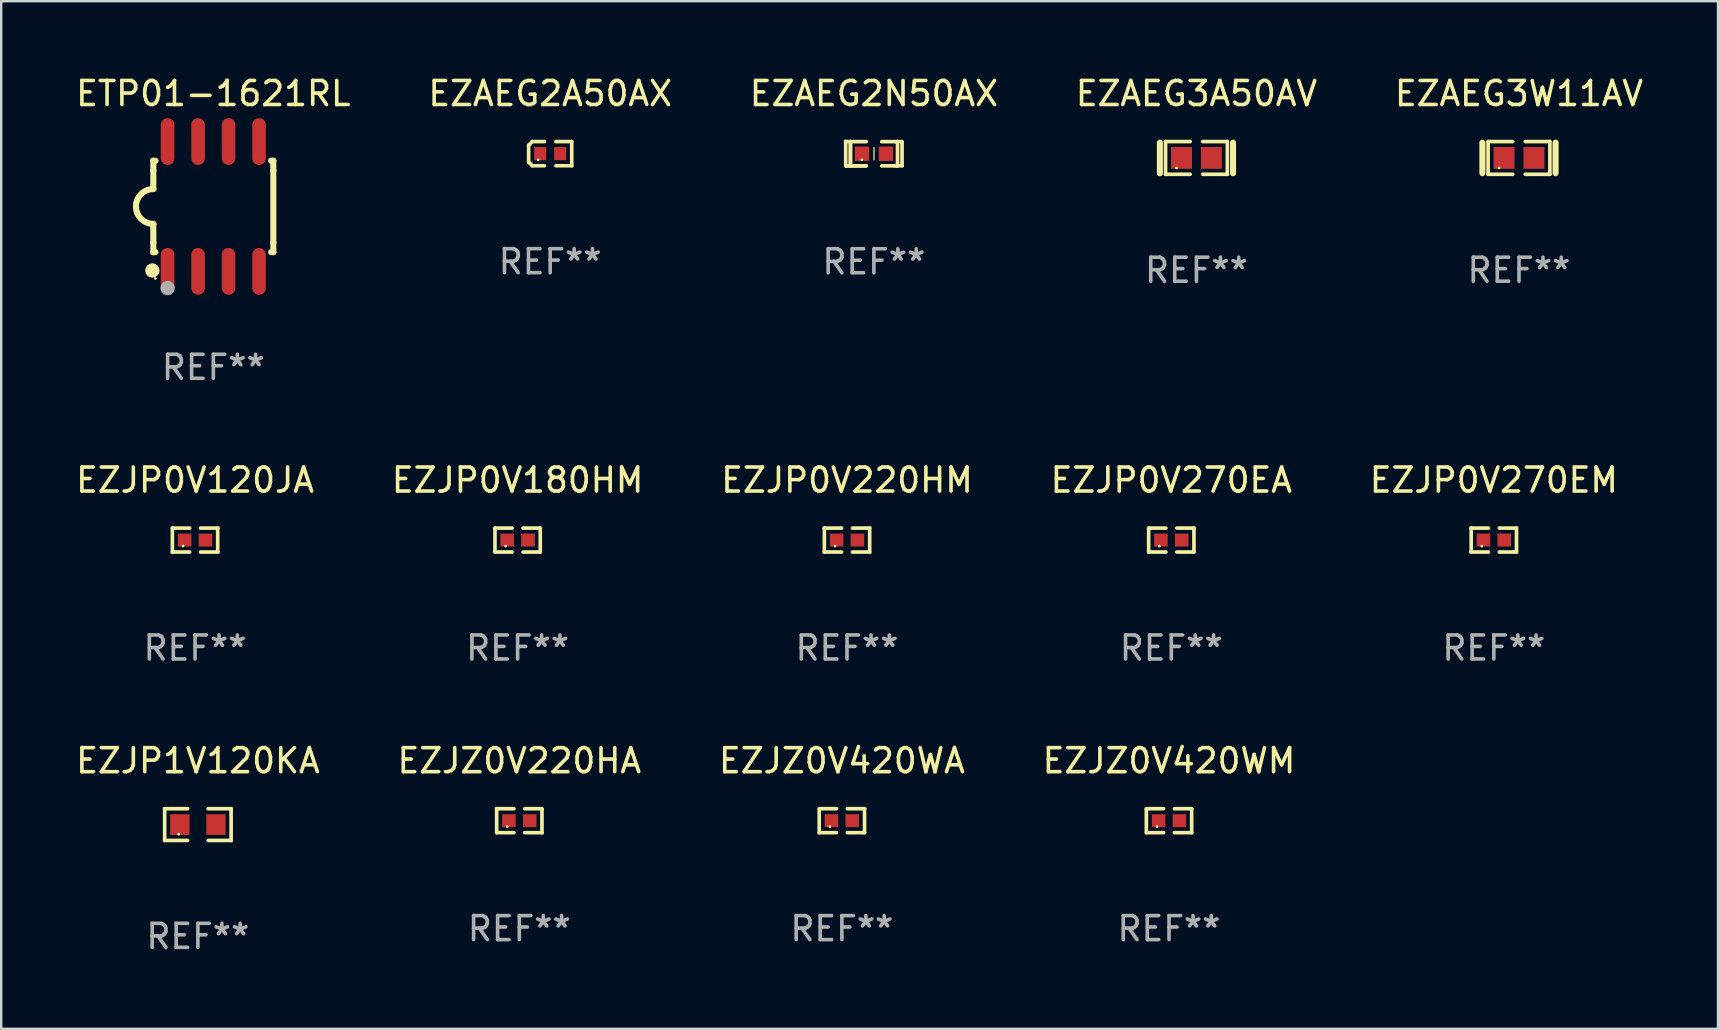
<source format=kicad_pcb>
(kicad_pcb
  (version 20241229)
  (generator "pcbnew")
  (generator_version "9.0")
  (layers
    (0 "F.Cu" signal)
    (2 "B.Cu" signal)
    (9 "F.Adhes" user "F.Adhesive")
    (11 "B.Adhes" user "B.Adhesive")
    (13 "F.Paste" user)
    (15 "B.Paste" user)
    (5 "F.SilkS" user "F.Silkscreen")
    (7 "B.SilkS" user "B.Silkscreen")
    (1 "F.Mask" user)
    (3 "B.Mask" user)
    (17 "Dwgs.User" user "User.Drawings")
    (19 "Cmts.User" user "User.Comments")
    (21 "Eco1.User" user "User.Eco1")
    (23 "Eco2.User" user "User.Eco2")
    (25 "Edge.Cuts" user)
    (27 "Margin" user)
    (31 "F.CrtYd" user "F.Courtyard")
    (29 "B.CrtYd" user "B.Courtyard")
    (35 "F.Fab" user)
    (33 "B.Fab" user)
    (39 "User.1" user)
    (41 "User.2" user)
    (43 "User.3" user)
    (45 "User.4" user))
  (footprint "EZJP1V120KA"
    (layer "F.Cu")
    (at 5.196 31.309)
    (property "Reference" "EZJP1V120KA" (at 0 -2.661 0) (layer "F.SilkS") (effects (font (size 1 1) (thickness 0.15))))
    (attr through_hole)
    (fp_line (start -1.385 -0.661) (end -0.426 -0.661) (stroke (width 0.152) (type solid)) (layer "F.SilkS"))
    (fp_line (start -1.385 0.661) (end -1.385 -0.661) (stroke (width 0.152) (type solid)) (layer "F.SilkS"))
    (fp_line (start -0.426 0.661) (end -1.385 0.661) (stroke (width 0.152) (type solid)) (layer "F.SilkS"))
    (fp_line (start 0.426 0.661) (end 1.385 0.661) (stroke (width 0.152) (type solid)) (layer "F.SilkS"))
    (fp_line (start 1.385 -0.661) (end 0.426 -0.661) (stroke (width 0.152) (type solid)) (layer "F.SilkS"))
    (fp_line (start 1.385 0.661) (end 1.385 -0.661) (stroke (width 0.152) (type solid)) (layer "F.SilkS"))
    (fp_circle (center -0.8 0.4) (end -0.77 0.4) (stroke (width 0.06) (type solid)) (fill no) (layer "F.SilkS"))
    (fp_text user "REF**" (at 0 4.661 0) (layer "F.Fab") (effects (font (size 1 1) (thickness 0.15))))
    (pad "1" smd rect (at -0.753 0) (size 0.806 0.864) (layers "F.Cu" "F.Mask" "F.Paste"))
    (pad "2" smd rect (at 0.753 0) (size 0.806 0.864) (layers "F.Cu" "F.Mask" "F.Paste")))
  (footprint "EZJZ0V420WA"
    (layer "F.Cu")
    (at 32.03 31.147)
    (property "Reference" "EZJZ0V420WA" (at 0 -2.499 0) (layer "F.SilkS") (effects (font (size 1 1) (thickness 0.15))))
    (attr through_hole)
    (fp_line (start -0.944 -0.499) (end -0.226 -0.499) (stroke (width 0.152) (type solid)) (layer "F.SilkS"))
    (fp_line (start -0.944 0.499) (end -0.944 -0.499) (stroke (width 0.152) (type solid)) (layer "F.SilkS"))
    (fp_line (start -0.226 0.499) (end -0.944 0.499) (stroke (width 0.152) (type solid)) (layer "F.SilkS"))
    (fp_line (start 0.226 0.499) (end 0.944 0.499) (stroke (width 0.152) (type solid)) (layer "F.SilkS"))
    (fp_line (start 0.944 -0.499) (end 0.226 -0.499) (stroke (width 0.152) (type solid)) (layer "F.SilkS"))
    (fp_line (start 0.944 0.499) (end 0.944 -0.499) (stroke (width 0.152) (type solid)) (layer "F.SilkS"))
    (fp_circle (center -0.5 0.25) (end -0.47 0.25) (stroke (width 0.06) (type solid)) (fill no) (layer "F.SilkS"))
    (fp_text user "REF**" (at 0 4.499 0) (layer "F.Fab") (effects (font (size 1 1) (thickness 0.15))))
    (pad "1" smd rect (at -0.433 0) (size 0.566 0.54) (layers "F.Cu" "F.Mask" "F.Paste"))
    (pad "2" smd rect (at 0.433 0) (size 0.566 0.54) (layers "F.Cu" "F.Mask" "F.Paste")))
  (footprint "EZJP0V270EA"
    (layer "F.Cu")
    (at 45.756 19.454)
    (property "Reference" "EZJP0V270EA" (at 0 -2.499 0) (layer "F.SilkS") (effects (font (size 1 1) (thickness 0.15))))
    (attr through_hole)
    (fp_line (start -0.944 -0.499) (end -0.226 -0.499) (stroke (width 0.152) (type solid)) (layer "F.SilkS"))
    (fp_line (start -0.944 0.499) (end -0.944 -0.499) (stroke (width 0.152) (type solid)) (layer "F.SilkS"))
    (fp_line (start -0.226 0.499) (end -0.944 0.499) (stroke (width 0.152) (type solid)) (layer "F.SilkS"))
    (fp_line (start 0.226 0.499) (end 0.944 0.499) (stroke (width 0.152) (type solid)) (layer "F.SilkS"))
    (fp_line (start 0.944 -0.499) (end 0.226 -0.499) (stroke (width 0.152) (type solid)) (layer "F.SilkS"))
    (fp_line (start 0.944 0.499) (end 0.944 -0.499) (stroke (width 0.152) (type solid)) (layer "F.SilkS"))
    (fp_circle (center -0.5 0.25) (end -0.47 0.25) (stroke (width 0.06) (type solid)) (fill no) (layer "F.SilkS"))
    (fp_text user "REF**" (at 0 4.499 0) (layer "F.Fab") (effects (font (size 1 1) (thickness 0.15))))
    (pad "1" smd rect (at -0.433 0) (size 0.566 0.54) (layers "F.Cu" "F.Mask" "F.Paste"))
    (pad "2" smd rect (at 0.433 0) (size 0.566 0.54) (layers "F.Cu" "F.Mask" "F.Paste")))
  (footprint "EZAEG2A50AX"
    (layer "F.Cu")
    (at 19.875 3.352)
    (property "Reference" "EZAEG2A50AX" (at 0 -2.504 0) (layer "F.SilkS") (effects (font (size 1 1) (thickness 0.15))))
    (attr through_hole)
    (fp_line (start -0.898 -0.352) (end -0.745 -0.504) (stroke (width 0.152) (type solid)) (layer "F.SilkS"))
    (fp_line (start -0.898 0.352) (end -0.898 -0.352) (stroke (width 0.152) (type solid)) (layer "F.SilkS"))
    (fp_line (start -0.745 -0.504) (end -0.24 -0.504) (stroke (width 0.152) (type solid)) (layer "F.SilkS"))
    (fp_line (start -0.745 0.504) (end -0.898 0.352) (stroke (width 0.152) (type solid)) (layer "F.SilkS"))
    (fp_line (start -0.24 0.504) (end -0.745 0.504) (stroke (width 0.152) (type solid)) (layer "F.SilkS"))
    (fp_line (start 0.24 0.504) (end 0.898 0.504) (stroke (width 0.152) (type solid)) (layer "F.SilkS"))
    (fp_line (start 0.898 -0.504) (end 0.24 -0.504) (stroke (width 0.152) (type solid)) (layer "F.SilkS"))
    (fp_line (start 0.898 0.504) (end 0.898 -0.504) (stroke (width 0.152) (type solid)) (layer "F.SilkS"))
    (fp_circle (center -0.5 0.255) (end -0.47 0.255) (stroke (width 0.06) (type solid)) (fill no) (layer "F.SilkS"))
    (fp_text user "REF**" (at 0 4.504 0) (layer "F.Fab") (effects (font (size 1 1) (thickness 0.15))))
    (pad "1" smd rect (at -0.417 -0.000051) (size 0.505 0.551) (layers "F.Cu" "F.Mask" "F.Paste"))
    (pad "2" smd rect (at 0.417 -0.000051) (size 0.505 0.551) (layers "F.Cu" "F.Mask" "F.Paste")))
  (footprint "EZJZ0V420WM"
    (layer "F.Cu")
    (at 45.661 31.147)
    (property "Reference" "EZJZ0V420WM" (at 0 -2.499 0) (layer "F.SilkS") (effects (font (size 1 1) (thickness 0.15))))
    (attr through_hole)
    (fp_line (start -0.944 -0.499) (end -0.226 -0.499) (stroke (width 0.152) (type solid)) (layer "F.SilkS"))
    (fp_line (start -0.944 0.499) (end -0.944 -0.499) (stroke (width 0.152) (type solid)) (layer "F.SilkS"))
    (fp_line (start -0.226 0.499) (end -0.944 0.499) (stroke (width 0.152) (type solid)) (layer "F.SilkS"))
    (fp_line (start 0.226 0.499) (end 0.944 0.499) (stroke (width 0.152) (type solid)) (layer "F.SilkS"))
    (fp_line (start 0.944 -0.499) (end 0.226 -0.499) (stroke (width 0.152) (type solid)) (layer "F.SilkS"))
    (fp_line (start 0.944 0.499) (end 0.944 -0.499) (stroke (width 0.152) (type solid)) (layer "F.SilkS"))
    (fp_circle (center -0.5 0.25) (end -0.47 0.25) (stroke (width 0.06) (type solid)) (fill no) (layer "F.SilkS"))
    (fp_text user "REF**" (at 0 4.499 0) (layer "F.Fab") (effects (font (size 1 1) (thickness 0.15))))
    (pad "1" smd rect (at -0.433 0) (size 0.566 0.54) (layers "F.Cu" "F.Mask" "F.Paste"))
    (pad "2" smd rect (at 0.433 0) (size 0.566 0.54) (layers "F.Cu" "F.Mask" "F.Paste")))
  (footprint "EZAEG2N50AX"
    (layer "F.Cu")
    (at 33.363 3.354)
    (property "Reference" "EZAEG2N50AX" (at 0 -2.506 0) (layer "F.SilkS") (effects (font (size 1 1) (thickness 0.15))))
    (attr through_hole)
    (fp_line (start -1.174 -0.506) (end -0.977 -0.502) (stroke (width 0.152) (type solid)) (layer "F.SilkS"))
    (fp_line (start -1.174 0.506) (end -1.174 -0.506) (stroke (width 0.152) (type solid)) (layer "F.SilkS"))
    (fp_line (start -0.977 -0.502) (end -0.977 0.506) (stroke (width 0.152) (type solid)) (layer "F.SilkS"))
    (fp_line (start -0.977 -0.502) (end -0.977 0.506) (stroke (width 0.152) (type solid)) (layer "F.SilkS"))
    (fp_line (start -0.977 0.506) (end -1.166 0.506) (stroke (width 0.152) (type solid)) (layer "F.SilkS"))
    (fp_line (start -0.977 0.506) (end -0.32 0.506) (stroke (width 0.152) (type solid)) (layer "F.SilkS"))
    (fp_line (start -0.977 0.506) (end -0.32 0.506) (stroke (width 0.152) (type solid)) (layer "F.SilkS"))
    (fp_line (start -0.971 0.506) (end -1.174 0.506) (stroke (width 0.152) (type solid)) (layer "F.SilkS"))
    (fp_line (start -0.32 -0.502) (end -0.977 -0.502) (stroke (width 0.152) (type solid)) (layer "F.SilkS"))
    (fp_line (start 0.004 -0.252) (end 0.004 0.256) (stroke (width 0.051) (type solid)) (layer "F.SilkS"))
    (fp_line (start 0.328 0.506) (end 0.985 0.506) (stroke (width 0.152) (type solid)) (layer "F.SilkS"))
    (fp_line (start 0.985 -0.502) (end 0.328 -0.502) (stroke (width 0.152) (type solid)) (layer "F.SilkS"))
    (fp_line (start 0.985 -0.502) (end 1.174 -0.502) (stroke (width 0.152) (type solid)) (layer "F.SilkS"))
    (fp_line (start 0.985 0.506) (end 0.985 -0.502) (stroke (width 0.152) (type solid)) (layer "F.SilkS"))
    (fp_line (start 1.174 -0.502) (end 1.174 0.502) (stroke (width 0.152) (type solid)) (layer "F.SilkS"))
    (fp_line (start 1.174 0.502) (end 0.851 0.502) (stroke (width 0.152) (type solid)) (layer "F.SilkS"))
    (fp_circle (center -0.497 0.253) (end -0.467 0.253) (stroke (width 0.06) (type solid)) (fill no) (layer "F.SilkS"))
    (fp_text user "REF**" (at 0 4.506 0) (layer "F.Fab") (effects (font (size 1 1) (thickness 0.15))))
    (pad "1" smd rect (at -0.496 0.002) (size 0.6 0.6) (layers "F.Cu" "F.Mask" "F.Paste"))
    (pad "2" smd rect (at 0.504 0.002) (size 0.6 0.6) (layers "F.Cu" "F.Mask" "F.Paste")))
  (footprint "EZAEG3W11AV"
    (layer "F.Cu")
    (at 60.244 3.53)
    (property "Reference" "EZAEG3W11AV" (at 0 -2.682 0) (layer "F.SilkS") (effects (font (size 1 1) (thickness 0.15))))
    (attr through_hole)
    (fp_line (start -1.524 -0.635) (end -1.524 0.635) (stroke (width 0.254) (type solid)) (layer "F.SilkS"))
    (fp_line (start -1.287 -0.682) (end -0.261 -0.682) (stroke (width 0.152) (type solid)) (layer "F.SilkS"))
    (fp_line (start -1.287 0.682) (end -1.287 -0.682) (stroke (width 0.152) (type solid)) (layer "F.SilkS"))
    (fp_line (start -0.261 0.682) (end -1.287 0.682) (stroke (width 0.152) (type solid)) (layer "F.SilkS"))
    (fp_line (start 0.261 0.682) (end 1.287 0.682) (stroke (width 0.152) (type solid)) (layer "F.SilkS"))
    (fp_line (start 1.287 -0.682) (end 0.261 -0.682) (stroke (width 0.152) (type solid)) (layer "F.SilkS"))
    (fp_line (start 1.287 0.682) (end 1.287 -0.682) (stroke (width 0.152) (type solid)) (layer "F.SilkS"))
    (fp_line (start 1.524 -0.635) (end 1.524 0.635) (stroke (width 0.254) (type solid)) (layer "F.SilkS"))
    (fp_circle (center -0.83 0.42) (end -0.8 0.42) (stroke (width 0.06) (type solid)) (fill no) (layer "F.SilkS"))
    (fp_text user "REF**" (at 0 4.682 0) (layer "F.Fab") (effects (font (size 1 1) (thickness 0.15))))
    (pad "1" smd rect (at -0.622 0) (size 0.873 0.907) (layers "F.Cu" "F.Mask" "F.Paste"))
    (pad "2" smd rect (at 0.622 0) (size 0.873 0.907) (layers "F.Cu" "F.Mask" "F.Paste")))
  (footprint "EZAEG3A50AV"
    (layer "F.Cu")
    (at 46.804 3.53)
    (property "Reference" "EZAEG3A50AV" (at 0 -2.682 0) (layer "F.SilkS") (effects (font (size 1 1) (thickness 0.15))))
    (attr through_hole)
    (fp_line (start -1.524 -0.635) (end -1.524 0.635) (stroke (width 0.254) (type solid)) (layer "F.SilkS"))
    (fp_line (start -1.287 -0.682) (end -0.261 -0.682) (stroke (width 0.152) (type solid)) (layer "F.SilkS"))
    (fp_line (start -1.287 0.682) (end -1.287 -0.682) (stroke (width 0.152) (type solid)) (layer "F.SilkS"))
    (fp_line (start -0.261 0.682) (end -1.287 0.682) (stroke (width 0.152) (type solid)) (layer "F.SilkS"))
    (fp_line (start 0.261 0.682) (end 1.287 0.682) (stroke (width 0.152) (type solid)) (layer "F.SilkS"))
    (fp_line (start 1.287 -0.682) (end 0.261 -0.682) (stroke (width 0.152) (type solid)) (layer "F.SilkS"))
    (fp_line (start 1.287 0.682) (end 1.287 -0.682) (stroke (width 0.152) (type solid)) (layer "F.SilkS"))
    (fp_line (start 1.524 -0.635) (end 1.524 0.635) (stroke (width 0.254) (type solid)) (layer "F.SilkS"))
    (fp_circle (center -0.83 0.42) (end -0.8 0.42) (stroke (width 0.06) (type solid)) (fill no) (layer "F.SilkS"))
    (fp_text user "REF**" (at 0 4.682 0) (layer "F.Fab") (effects (font (size 1 1) (thickness 0.15))))
    (pad "1" smd rect (at -0.622 0) (size 0.873 0.907) (layers "F.Cu" "F.Mask" "F.Paste"))
    (pad "2" smd rect (at 0.622 0) (size 0.873 0.907) (layers "F.Cu" "F.Mask" "F.Paste")))
  (footprint "EZJZ0V220HA"
    (layer "F.Cu")
    (at 18.589 31.147)
    (property "Reference" "EZJZ0V220HA" (at 0 -2.499 0) (layer "F.SilkS") (effects (font (size 1 1) (thickness 0.15))))
    (attr through_hole)
    (fp_line (start -0.944 -0.499) (end -0.226 -0.499) (stroke (width 0.152) (type solid)) (layer "F.SilkS"))
    (fp_line (start -0.944 0.499) (end -0.944 -0.499) (stroke (width 0.152) (type solid)) (layer "F.SilkS"))
    (fp_line (start -0.226 0.499) (end -0.944 0.499) (stroke (width 0.152) (type solid)) (layer "F.SilkS"))
    (fp_line (start 0.226 0.499) (end 0.944 0.499) (stroke (width 0.152) (type solid)) (layer "F.SilkS"))
    (fp_line (start 0.944 -0.499) (end 0.226 -0.499) (stroke (width 0.152) (type solid)) (layer "F.SilkS"))
    (fp_line (start 0.944 0.499) (end 0.944 -0.499) (stroke (width 0.152) (type solid)) (layer "F.SilkS"))
    (fp_circle (center -0.5 0.25) (end -0.47 0.25) (stroke (width 0.06) (type solid)) (fill no) (layer "F.SilkS"))
    (fp_text user "REF**" (at 0 4.499 0) (layer "F.Fab") (effects (font (size 1 1) (thickness 0.15))))
    (pad "1" smd rect (at -0.433 0) (size 0.566 0.54) (layers "F.Cu" "F.Mask" "F.Paste"))
    (pad "2" smd rect (at 0.433 0) (size 0.566 0.54) (layers "F.Cu" "F.Mask" "F.Paste")))
  (footprint "EZJP0V180HM"
    (layer "F.Cu")
    (at 18.518 19.454)
    (property "Reference" "EZJP0V180HM" (at 0 -2.499 0) (layer "F.SilkS") (effects (font (size 1 1) (thickness 0.15))))
    (attr through_hole)
    (fp_line (start -0.944 -0.499) (end -0.226 -0.499) (stroke (width 0.152) (type solid)) (layer "F.SilkS"))
    (fp_line (start -0.944 0.499) (end -0.944 -0.499) (stroke (width 0.152) (type solid)) (layer "F.SilkS"))
    (fp_line (start -0.226 0.499) (end -0.944 0.499) (stroke (width 0.152) (type solid)) (layer "F.SilkS"))
    (fp_line (start 0.226 0.499) (end 0.944 0.499) (stroke (width 0.152) (type solid)) (layer "F.SilkS"))
    (fp_line (start 0.944 -0.499) (end 0.226 -0.499) (stroke (width 0.152) (type solid)) (layer "F.SilkS"))
    (fp_line (start 0.944 0.499) (end 0.944 -0.499) (stroke (width 0.152) (type solid)) (layer "F.SilkS"))
    (fp_circle (center -0.5 0.25) (end -0.47 0.25) (stroke (width 0.06) (type solid)) (fill no) (layer "F.SilkS"))
    (fp_text user "REF**" (at 0 4.499 0) (layer "F.Fab") (effects (font (size 1 1) (thickness 0.15))))
    (pad "1" smd rect (at -0.433 0) (size 0.566 0.54) (layers "F.Cu" "F.Mask" "F.Paste"))
    (pad "2" smd rect (at 0.433 0) (size 0.566 0.54) (layers "F.Cu" "F.Mask" "F.Paste")))
  (footprint "ETP01-1621RL"
    (layer "F.Cu")
    (at 5.839 5.553)
    (property "Reference" "ETP01-1621RL" (at 0 -4.705 0) (layer "F.SilkS") (effects (font (size 1 1) (thickness 0.15))))
    (attr through_hole)
    (fp_line (start -2.5 -1.905) (end -2.409 -1.905) (stroke (width 0.254) (type solid)) (layer "F.SilkS"))
    (fp_line (start -2.5 -1.5) (end -2.5 -1.905) (stroke (width 0.254) (type solid)) (layer "F.SilkS"))
    (fp_line (start -2.5 -1.5) (end -2.5 -0.726) (stroke (width 0.254) (type solid)) (layer "F.SilkS"))
    (fp_line (start -2.5 1.5) (end -2.5 0.727) (stroke (width 0.254) (type solid)) (layer "F.SilkS"))
    (fp_line (start -2.5 1.5) (end -2.5 1.905) (stroke (width 0.254) (type solid)) (layer "F.SilkS"))
    (fp_line (start -2.5 1.905) (end -2.409 1.905) (stroke (width 0.254) (type solid)) (layer "F.SilkS"))
    (fp_line (start 2.5 -1.905) (end 2.409 -1.905) (stroke (width 0.254) (type solid)) (layer "F.SilkS"))
    (fp_line (start 2.5 -1.5) (end 2.5 -1.905) (stroke (width 0.254) (type solid)) (layer "F.SilkS"))
    (fp_line (start 2.5 -1.5) (end 2.5 1.5) (stroke (width 0.254) (type solid)) (layer "F.SilkS"))
    (fp_line (start 2.5 1.5) (end 2.5 1.905) (stroke (width 0.254) (type solid)) (layer "F.SilkS"))
    (fp_line (start 2.5 1.905) (end 2.409 1.905) (stroke (width 0.254) (type solid)) (layer "F.SilkS"))
    (fp_arc (start -2.5 0.726568) (mid -3.220316 -0.0023) (end -2.495097 -0.726289) (stroke (width 0.254001) (type solid)) (layer "F.SilkS"))
    (fp_circle (center -2.54 2.667) (end -2.39 2.667) (stroke (width 0.3) (type solid)) (fill no) (layer "F.SilkS"))
    (fp_circle (center -2.42 3) (end -2.39 3) (stroke (width 0.06) (type solid)) (fill no) (layer "F.SilkS"))
    (fp_circle (center -1.905 3.4) (end -1.755 3.4) (stroke (width 0.3) (type solid)) (fill no) (layer "F.Fab"))
    (fp_text user "REF**" (at 0 6.705 0) (layer "F.Fab") (effects (font (size 1 1) (thickness 0.15))))
    (pad "1" smd oval (at -1.905 2.705) (size 0.568 1.95) (layers "F.Cu" "F.Mask" "F.Paste"))
    (pad "2" smd oval (at -0.635 2.705) (size 0.568 1.95) (layers "F.Cu" "F.Mask" "F.Paste"))
    (pad "3" smd oval (at 0.635 2.705) (size 0.568 1.95) (layers "F.Cu" "F.Mask" "F.Paste"))
    (pad "4" smd oval (at 1.905 2.705) (size 0.568 1.95) (layers "F.Cu" "F.Mask" "F.Paste"))
    (pad "5" smd oval (at 1.905 -2.705) (size 0.568 1.95) (layers "F.Cu" "F.Mask" "F.Paste"))
    (pad "6" smd oval (at 0.635 -2.705) (size 0.568 1.95) (layers "F.Cu" "F.Mask" "F.Paste"))
    (pad "7" smd oval (at -0.635 -2.705) (size 0.568 1.95) (layers "F.Cu" "F.Mask" "F.Paste"))
    (pad "8" smd oval (at -1.905 -2.705) (size 0.568 1.95) (layers "F.Cu" "F.Mask" "F.Paste")))
  (footprint "EZJP0V220HM"
    (layer "F.Cu")
    (at 32.244 19.454)
    (property "Reference" "EZJP0V220HM" (at 0 -2.499 0) (layer "F.SilkS") (effects (font (size 1 1) (thickness 0.15))))
    (attr through_hole)
    (fp_line (start -0.944 -0.499) (end -0.226 -0.499) (stroke (width 0.152) (type solid)) (layer "F.SilkS"))
    (fp_line (start -0.944 0.499) (end -0.944 -0.499) (stroke (width 0.152) (type solid)) (layer "F.SilkS"))
    (fp_line (start -0.226 0.499) (end -0.944 0.499) (stroke (width 0.152) (type solid)) (layer "F.SilkS"))
    (fp_line (start 0.226 0.499) (end 0.944 0.499) (stroke (width 0.152) (type solid)) (layer "F.SilkS"))
    (fp_line (start 0.944 -0.499) (end 0.226 -0.499) (stroke (width 0.152) (type solid)) (layer "F.SilkS"))
    (fp_line (start 0.944 0.499) (end 0.944 -0.499) (stroke (width 0.152) (type solid)) (layer "F.SilkS"))
    (fp_circle (center -0.5 0.25) (end -0.47 0.25) (stroke (width 0.06) (type solid)) (fill no) (layer "F.SilkS"))
    (fp_text user "REF**" (at 0 4.499 0) (layer "F.Fab") (effects (font (size 1 1) (thickness 0.15))))
    (pad "1" smd rect (at -0.433 0) (size 0.566 0.54) (layers "F.Cu" "F.Mask" "F.Paste"))
    (pad "2" smd rect (at 0.433 0) (size 0.566 0.54) (layers "F.Cu" "F.Mask" "F.Paste")))
  (footprint "EZJP0V270EM"
    (layer "F.Cu")
    (at 59.196 19.454)
    (property "Reference" "EZJP0V270EM" (at 0 -2.499 0) (layer "F.SilkS") (effects (font (size 1 1) (thickness 0.15))))
    (attr through_hole)
    (fp_line (start -0.944 -0.499) (end -0.226 -0.499) (stroke (width 0.152) (type solid)) (layer "F.SilkS"))
    (fp_line (start -0.944 0.499) (end -0.944 -0.499) (stroke (width 0.152) (type solid)) (layer "F.SilkS"))
    (fp_line (start -0.226 0.499) (end -0.944 0.499) (stroke (width 0.152) (type solid)) (layer "F.SilkS"))
    (fp_line (start 0.226 0.499) (end 0.944 0.499) (stroke (width 0.152) (type solid)) (layer "F.SilkS"))
    (fp_line (start 0.944 -0.499) (end 0.226 -0.499) (stroke (width 0.152) (type solid)) (layer "F.SilkS"))
    (fp_line (start 0.944 0.499) (end 0.944 -0.499) (stroke (width 0.152) (type solid)) (layer "F.SilkS"))
    (fp_circle (center -0.5 0.25) (end -0.47 0.25) (stroke (width 0.06) (type solid)) (fill no) (layer "F.SilkS"))
    (fp_text user "REF**" (at 0 4.499 0) (layer "F.Fab") (effects (font (size 1 1) (thickness 0.15))))
    (pad "1" smd rect (at -0.433 0) (size 0.566 0.54) (layers "F.Cu" "F.Mask" "F.Paste"))
    (pad "2" smd rect (at 0.433 0) (size 0.566 0.54) (layers "F.Cu" "F.Mask" "F.Paste")))
  (footprint "EZJP0V120JA"
    (layer "F.Cu")
    (at 5.077 19.454)
    (property "Reference" "EZJP0V120JA" (at 0 -2.499 0) (layer "F.SilkS") (effects (font (size 1 1) (thickness 0.15))))
    (attr through_hole)
    (fp_line (start -0.944 -0.499) (end -0.226 -0.499) (stroke (width 0.152) (type solid)) (layer "F.SilkS"))
    (fp_line (start -0.944 0.499) (end -0.944 -0.499) (stroke (width 0.152) (type solid)) (layer "F.SilkS"))
    (fp_line (start -0.226 0.499) (end -0.944 0.499) (stroke (width 0.152) (type solid)) (layer "F.SilkS"))
    (fp_line (start 0.226 0.499) (end 0.944 0.499) (stroke (width 0.152) (type solid)) (layer "F.SilkS"))
    (fp_line (start 0.944 -0.499) (end 0.226 -0.499) (stroke (width 0.152) (type solid)) (layer "F.SilkS"))
    (fp_line (start 0.944 0.499) (end 0.944 -0.499) (stroke (width 0.152) (type solid)) (layer "F.SilkS"))
    (fp_circle (center -0.5 0.25) (end -0.47 0.25) (stroke (width 0.06) (type solid)) (fill no) (layer "F.SilkS"))
    (fp_text user "REF**" (at 0 4.499 0) (layer "F.Fab") (effects (font (size 1 1) (thickness 0.15))))
    (pad "1" smd rect (at -0.433 0) (size 0.566 0.54) (layers "F.Cu" "F.Mask" "F.Paste"))
    (pad "2" smd rect (at 0.433 0) (size 0.566 0.54) (layers "F.Cu" "F.Mask" "F.Paste")))
  (gr_rect
    (start -3 -3)
    (end 68.536 39.818)
    (stroke (width 0.1) (type default))
    (fill no)
    (layer "Edge.Cuts")))
</source>
